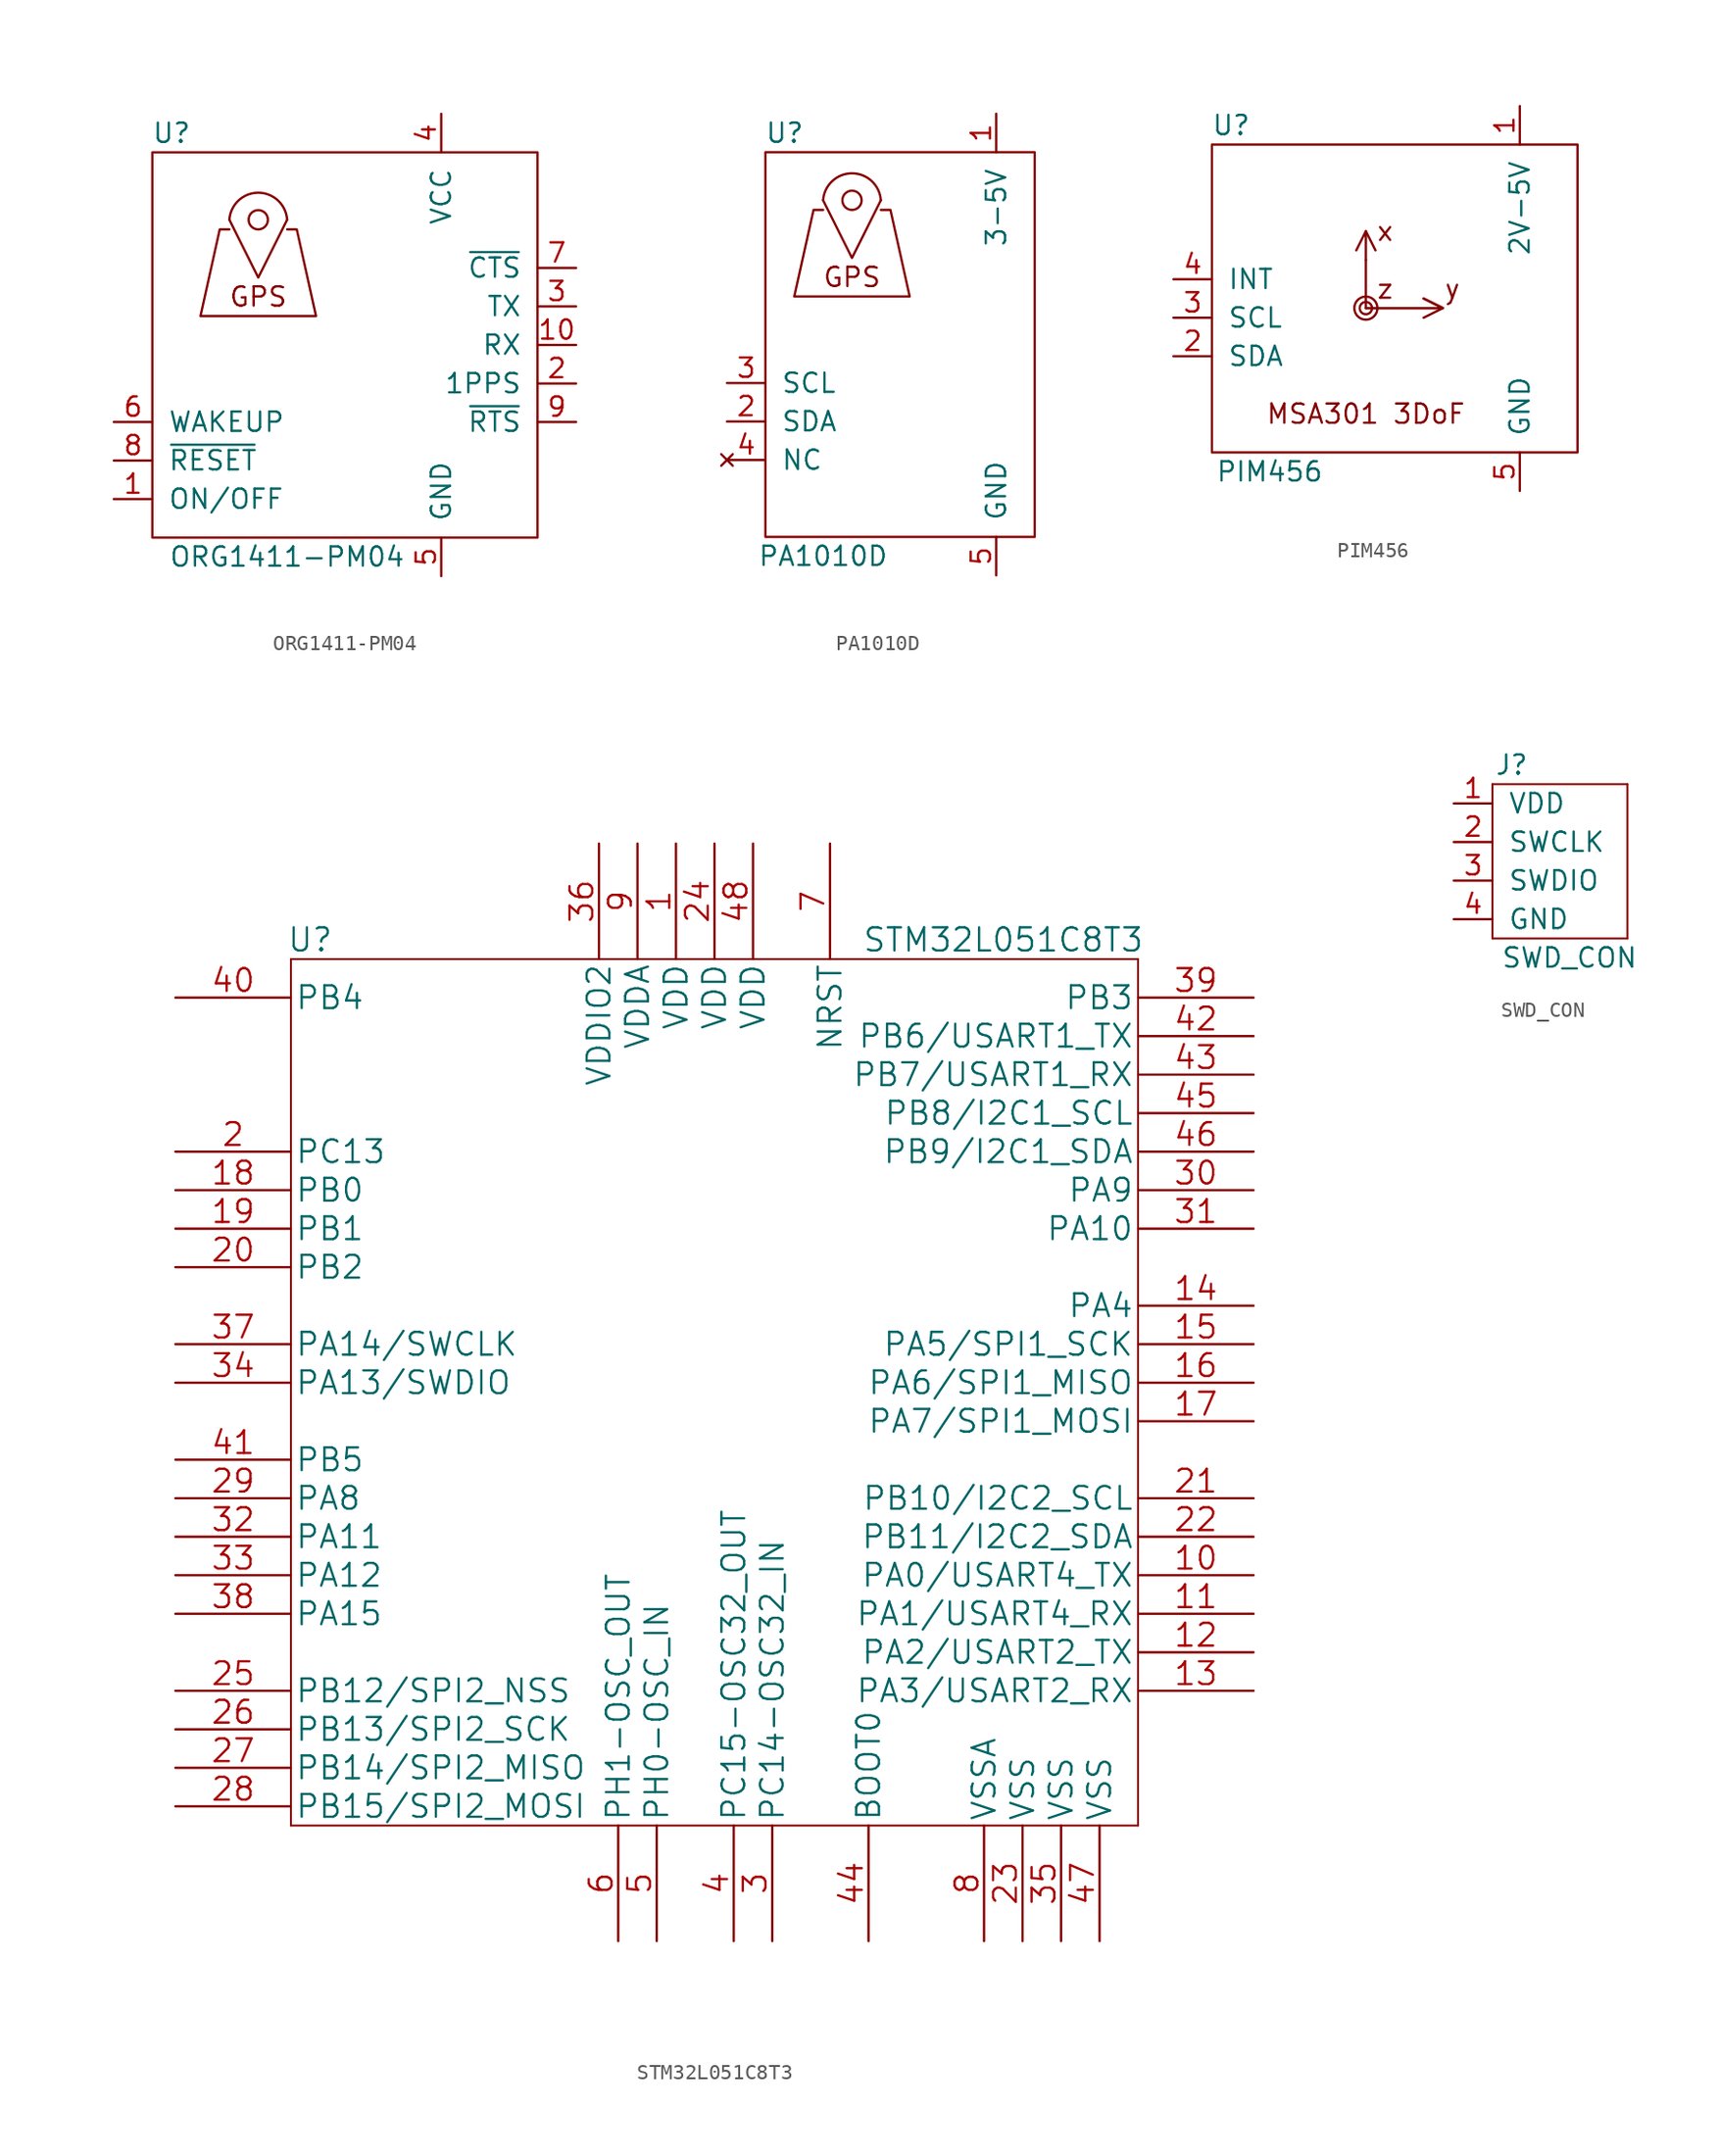
<source format=kicad_sym>
(kicad_symbol_lib
  (version 20211014)
  (generator kicad_symbol_editor)
  (symbol "ORG1411-PM04"
    (pin_names
      (offset 1.016))
    (property "Reference" "U"
      (at 3.81 24.13 0)
      (effects (font (size 1.27 1.27))))
    (property "Value" "ORG1411-PM04"
      (at 11.43 -3.81 0)
      (effects (font (size 1.27 1.27))))
    (symbol "ORG1411-PM04_0_0"
      (text "GPS" (at 9.525 13.335 0) (effects (font (size 1.27 1.27)))))
    (symbol "ORG1411-PM04_0_1"
      (polyline (pts (xy 7.62 18.415) (xy 9.525 14.605) (xy 11.43 18.415)) (stroke (width 0) (type default) (color 0 0 0 0)) (fill (type none)))
      (polyline (pts (xy 7.62 17.78) (xy 6.985 17.78) (xy 5.715 12.065) (xy 13.335 12.065) (xy 12.065 17.78) (xy 11.43 17.78)) (stroke (width 0) (type default) (color 0 0 0 0)) (fill (type none)))
      (rectangle (start 2.54 22.86) (end 27.94 -2.54) (stroke (width 0) (type default) (color 0 0 0 0)) (fill (type none)))
      (circle (center 9.525 18.415) (radius 0.635) (stroke (width 0) (type default) (color 0 0 0 0)) (fill (type none)))
      (arc (start 11.43 18.415) (mid 9.525 20.1972) (end 7.62 18.415) (stroke (width 0) (type default) (color 0 0 0 0)) (fill (type none))))
    (symbol "ORG1411-PM04_1_1"
      (pin input line (at 0 0 0) (length 2.54) (name "ON/OFF" (effects (font (size 1.27 1.27)))) (number "1" (effects (font (size 1.27 1.27)))))
      (pin bidirectional line (at 30.48 10.16 180) (length 2.54) (name "RX" (effects (font (size 1.27 1.27)))) (number "10" (effects (font (size 1.27 1.27)))))
      (pin output line (at 30.48 7.62 180) (length 2.54) (name "1PPS" (effects (font (size 1.27 1.27)))) (number "2" (effects (font (size 1.27 1.27)))))
      (pin bidirectional line (at 30.48 12.7 180) (length 2.54) (name "TX" (effects (font (size 1.27 1.27)))) (number "3" (effects (font (size 1.27 1.27)))))
      (pin power_in line (at 21.59 25.4 270) (length 2.54) (name "VCC" (effects (font (size 1.27 1.27)))) (number "4" (effects (font (size 1.27 1.27)))))
      (pin power_in line (at 21.59 -5.08 90) (length 2.54) (name "GND" (effects (font (size 1.27 1.27)))) (number "5" (effects (font (size 1.27 1.27)))))
      (pin input line (at 0 5.08 0) (length 2.54) (name "WAKEUP" (effects (font (size 1.27 1.27)))) (number "6" (effects (font (size 1.27 1.27)))))
      (pin bidirectional line (at 30.48 15.24 180) (length 2.54) (name "~{CTS}" (effects (font (size 1.27 1.27)))) (number "7" (effects (font (size 1.27 1.27)))))
      (pin input line (at 0 2.54 0) (length 2.54) (name "~{RESET}" (effects (font (size 1.27 1.27)))) (number "8" (effects (font (size 1.27 1.27)))))
      (pin bidirectional line (at 30.48 5.08 180) (length 2.54) (name "~{RTS}" (effects (font (size 1.27 1.27)))) (number "9" (effects (font (size 1.27 1.27)))))))
  (symbol "PA1010D"
    (pin_names
      (offset 1.016))
    (property "Reference" "U"
      (at 3.81 19.05 0)
      (effects (font (size 1.27 1.27))))
    (property "Value" "PA1010D"
      (at 6.35 -8.89 0)
      (effects (font (size 1.27 1.27))))
    (symbol "PA1010D_0_0"
      (rectangle (start 2.54 -7.62) (end 20.32 17.78) (stroke (width 0) (type default) (color 0 0 0 0)) (fill (type none))))
    (symbol "PA1010D_1_1"
      (polyline (pts (xy 6.35 14.605) (xy 8.255 10.795) (xy 10.16 14.605)) (stroke (width 0) (type default) (color 0 0 0 0)) (fill (type none)))
      (polyline (pts (xy 6.35 13.97) (xy 5.715 13.97) (xy 4.445 8.255) (xy 12.065 8.255) (xy 10.795 13.97) (xy 10.16 13.97)) (stroke (width 0) (type default) (color 0 0 0 0)) (fill (type none)))
      (circle (center 8.255 14.605) (radius 0.635) (stroke (width 0) (type default) (color 0 0 0 0)) (fill (type none)))
      (arc (start 10.16 14.605) (mid 8.255 16.3872) (end 6.35 14.605) (stroke (width 0) (type default) (color 0 0 0 0)) (fill (type none)))
      (text "GPS" (at 8.255 9.525 0) (effects (font (size 1.27 1.27))))
      (pin power_in line (at 17.78 20.32 270) (length 2.54) (name "3-5V" (effects (font (size 1.27 1.27)))) (number "1" (effects (font (size 1.27 1.27)))))
      (pin bidirectional line (at 0 0 0) (length 2.54) (name "SDA" (effects (font (size 1.27 1.27)))) (number "2" (effects (font (size 1.27 1.27)))))
      (pin input line (at 0 2.54 0) (length 2.54) (name "SCL" (effects (font (size 1.27 1.27)))) (number "3" (effects (font (size 1.27 1.27)))))
      (pin no_connect line (at 0 -2.54 0) (length 2.54) (name "NC" (effects (font (size 1.27 1.27)))) (number "4" (effects (font (size 1.27 1.27)))))
      (pin power_in line (at 17.78 -10.16 90) (length 2.54) (name "GND" (effects (font (size 1.27 1.27)))) (number "5" (effects (font (size 1.27 1.27)))))))
  (symbol "PIM456"
    (pin_names
      (offset 1.016))
    (property "Reference" "U"
      (at 3.81 15.24 0)
      (effects (font (size 1.27 1.27))))
    (property "Value" "PIM456"
      (at 6.35 -7.62 0)
      (effects (font (size 1.27 1.27))))
    (symbol "PIM456_0_0"
      (polyline (pts (xy 12.7 8.255) (xy 13.335 6.985)) (stroke (width 0) (type default) (color 0 0 0 0)) (fill (type none)))
      (polyline (pts (xy 17.78 3.175) (xy 16.51 2.54)) (stroke (width 0) (type default) (color 0 0 0 0)) (fill (type none)))
      (polyline (pts (xy 12.7 3.175) (xy 12.7 8.255) (xy 12.065 6.985)) (stroke (width 0) (type default) (color 0 0 0 0)) (fill (type none)))
      (polyline (pts (xy 12.7 3.175) (xy 17.78 3.175) (xy 16.51 3.81)) (stroke (width 0) (type default) (color 0 0 0 0)) (fill (type none)))
      (polyline (pts (xy 12.7 3.175) (xy 17.78 3.175) (xy 16.51 3.81)) (stroke (width 0) (type default) (color 0 0 0 0)) (fill (type none)))
      (circle (center 12.7 3.175) (radius 0.406) (stroke (width 0) (type default) (color 0 0 0 0)) (fill (type none)))
      (circle (center 12.7 3.175) (radius 0.762) (stroke (width 0) (type default) (color 0 0 0 0)) (fill (type none)))
      (text "MSA301 3DoF" (at 12.7 -3.81 0) (effects (font (size 1.27 1.27))))
      (text "x" (at 13.97 8.255 0) (effects (font (size 1.27 1.27))))
      (text "y" (at 18.415 4.445 0) (effects (font (size 1.27 1.27))))
      (text "z" (at 13.97 4.445 0) (effects (font (size 1.27 1.27)))))
    (symbol "PIM456_0_1"
      (rectangle (start 12.7 6.35) (end 12.7 6.35) (stroke (width 0) (type default) (color 0 0 0 0)) (fill (type none)))
      (rectangle (start 26.67 13.97) (end 2.54 -6.35) (stroke (width 0) (type default) (color 0 0 0 0)) (fill (type none))))
    (symbol "PIM456_1_1"
      (pin power_in line (at 22.86 16.51 270) (length 2.54) (name "2V-5V" (effects (font (size 1.27 1.27)))) (number "1" (effects (font (size 1.27 1.27)))))
      (pin bidirectional line (at 0 0 0) (length 2.54) (name "SDA" (effects (font (size 1.27 1.27)))) (number "2" (effects (font (size 1.27 1.27)))))
      (pin input line (at 0 2.54 0) (length 2.54) (name "SCL" (effects (font (size 1.27 1.27)))) (number "3" (effects (font (size 1.27 1.27)))))
      (pin output line (at 0 5.08 0) (length 2.54) (name "INT" (effects (font (size 1.27 1.27)))) (number "4" (effects (font (size 1.27 1.27)))))
      (pin power_in line (at 22.86 -8.89 90) (length 2.54) (name "GND" (effects (font (size 1.27 1.27)))) (number "5" (effects (font (size 1.27 1.27)))))))
  (symbol "STM32L051C8T3"
    (pin_names
      (offset 0.254))
    (property "Reference" "U"
      (at 8.89 3.81 0)
      (effects (font (size 1.524 1.524))))
    (property "Value" "STM32L051C8T3"
      (at 54.61 3.81 0)
      (effects (font (size 1.524 1.524))))
    (symbol "STM32L051C8T3_1_1"
      (polyline (pts (xy 7.62 -54.61) (xy 63.5 -54.61)) (stroke (width 0.127) (type default) (color 0 0 0 0)) (fill (type none)))
      (polyline (pts (xy 7.62 2.54) (xy 7.62 -54.61)) (stroke (width 0.127) (type default) (color 0 0 0 0)) (fill (type none)))
      (polyline (pts (xy 63.5 -54.61) (xy 63.5 2.54)) (stroke (width 0.127) (type default) (color 0 0 0 0)) (fill (type none)))
      (polyline (pts (xy 63.5 2.54) (xy 7.62 2.54)) (stroke (width 0.127) (type default) (color 0 0 0 0)) (fill (type none)))
      (pin power_in line (at 33.02 10.16 270) (length 7.62) (name "VDD" (effects (font (size 1.499 1.499)))) (number "1" (effects (font (size 1.499 1.499)))))
      (pin bidirectional line (at 71.12 -38.1 180) (length 7.62) (name "PA0/USART4_TX" (effects (font (size 1.499 1.499)))) (number "10" (effects (font (size 1.499 1.499)))))
      (pin bidirectional line (at 71.12 -40.64 180) (length 7.62) (name "PA1/USART4_RX" (effects (font (size 1.499 1.499)))) (number "11" (effects (font (size 1.499 1.499)))))
      (pin bidirectional line (at 71.12 -43.18 180) (length 7.62) (name "PA2/USART2_TX" (effects (font (size 1.499 1.499)))) (number "12" (effects (font (size 1.499 1.499)))))
      (pin bidirectional line (at 71.12 -45.72 180) (length 7.62) (name "PA3/USART2_RX" (effects (font (size 1.499 1.499)))) (number "13" (effects (font (size 1.499 1.499)))))
      (pin bidirectional line (at 71.12 -20.32 180) (length 7.62) (name "PA4" (effects (font (size 1.499 1.499)))) (number "14" (effects (font (size 1.499 1.499)))))
      (pin bidirectional line (at 71.12 -22.86 180) (length 7.62) (name "PA5/SPI1_SCK" (effects (font (size 1.499 1.499)))) (number "15" (effects (font (size 1.499 1.499)))))
      (pin bidirectional line (at 71.12 -25.4 180) (length 7.62) (name "PA6/SPI1_MISO" (effects (font (size 1.499 1.499)))) (number "16" (effects (font (size 1.499 1.499)))))
      (pin bidirectional line (at 71.12 -27.94 180) (length 7.62) (name "PA7/SPI1_MOSI" (effects (font (size 1.499 1.499)))) (number "17" (effects (font (size 1.499 1.499)))))
      (pin bidirectional line (at 0 -12.7 0) (length 7.62) (name "PB0" (effects (font (size 1.499 1.499)))) (number "18" (effects (font (size 1.499 1.499)))))
      (pin bidirectional line (at 0 -15.24 0) (length 7.62) (name "PB1" (effects (font (size 1.499 1.499)))) (number "19" (effects (font (size 1.499 1.499)))))
      (pin bidirectional line (at 0 -10.16 0) (length 7.62) (name "PC13" (effects (font (size 1.499 1.499)))) (number "2" (effects (font (size 1.499 1.499)))))
      (pin bidirectional line (at 0 -17.78 0) (length 7.62) (name "PB2" (effects (font (size 1.499 1.499)))) (number "20" (effects (font (size 1.499 1.499)))))
      (pin bidirectional line (at 71.12 -33.02 180) (length 7.62) (name "PB10/I2C2_SCL" (effects (font (size 1.499 1.499)))) (number "21" (effects (font (size 1.499 1.499)))))
      (pin bidirectional line (at 71.12 -35.56 180) (length 7.62) (name "PB11/I2C2_SDA" (effects (font (size 1.499 1.499)))) (number "22" (effects (font (size 1.499 1.499)))))
      (pin power_in line (at 55.88 -62.23 90) (length 7.62) (name "VSS" (effects (font (size 1.499 1.499)))) (number "23" (effects (font (size 1.499 1.499)))))
      (pin power_in line (at 35.56 10.16 270) (length 7.62) (name "VDD" (effects (font (size 1.499 1.499)))) (number "24" (effects (font (size 1.499 1.499)))))
      (pin bidirectional line (at 0 -45.72 0) (length 7.62) (name "PB12/SPI2_NSS" (effects (font (size 1.499 1.499)))) (number "25" (effects (font (size 1.499 1.499)))))
      (pin bidirectional line (at 0 -48.26 0) (length 7.62) (name "PB13/SPI2_SCK" (effects (font (size 1.499 1.499)))) (number "26" (effects (font (size 1.499 1.499)))))
      (pin bidirectional line (at 0 -50.8 0) (length 7.62) (name "PB14/SPI2_MISO" (effects (font (size 1.499 1.499)))) (number "27" (effects (font (size 1.499 1.499)))))
      (pin bidirectional line (at 0 -53.34 0) (length 7.62) (name "PB15/SPI2_MOSI" (effects (font (size 1.499 1.499)))) (number "28" (effects (font (size 1.499 1.499)))))
      (pin bidirectional line (at 0 -33.02 0) (length 7.62) (name "PA8" (effects (font (size 1.499 1.499)))) (number "29" (effects (font (size 1.499 1.499)))))
      (pin bidirectional line (at 39.37 -62.23 90) (length 7.62) (name "PC14-OSC32_IN" (effects (font (size 1.499 1.499)))) (number "3" (effects (font (size 1.499 1.499)))))
      (pin bidirectional line (at 71.12 -12.7 180) (length 7.62) (name "PA9" (effects (font (size 1.499 1.499)))) (number "30" (effects (font (size 1.499 1.499)))))
      (pin bidirectional line (at 71.12 -15.24 180) (length 7.62) (name "PA10" (effects (font (size 1.499 1.499)))) (number "31" (effects (font (size 1.499 1.499)))))
      (pin bidirectional line (at 0 -35.56 0) (length 7.62) (name "PA11" (effects (font (size 1.499 1.499)))) (number "32" (effects (font (size 1.499 1.499)))))
      (pin bidirectional line (at 0 -38.1 0) (length 7.62) (name "PA12" (effects (font (size 1.499 1.499)))) (number "33" (effects (font (size 1.499 1.499)))))
      (pin bidirectional line (at 0 -25.4 0) (length 7.62) (name "PA13/SWDIO" (effects (font (size 1.499 1.499)))) (number "34" (effects (font (size 1.499 1.499)))))
      (pin power_in line (at 58.42 -62.23 90) (length 7.62) (name "VSS" (effects (font (size 1.499 1.499)))) (number "35" (effects (font (size 1.499 1.499)))))
      (pin power_in line (at 27.94 10.16 270) (length 7.62) (name "VDDIO2" (effects (font (size 1.499 1.499)))) (number "36" (effects (font (size 1.499 1.499)))))
      (pin bidirectional line (at 0 -22.86 0) (length 7.62) (name "PA14/SWCLK" (effects (font (size 1.499 1.499)))) (number "37" (effects (font (size 1.499 1.499)))))
      (pin bidirectional line (at 0 -40.64 0) (length 7.62) (name "PA15" (effects (font (size 1.499 1.499)))) (number "38" (effects (font (size 1.499 1.499)))))
      (pin bidirectional line (at 71.12 0 180) (length 7.62) (name "PB3" (effects (font (size 1.499 1.499)))) (number "39" (effects (font (size 1.499 1.499)))))
      (pin bidirectional line (at 36.83 -62.23 90) (length 7.62) (name "PC15-OSC32_OUT" (effects (font (size 1.499 1.499)))) (number "4" (effects (font (size 1.499 1.499)))))
      (pin bidirectional line (at 0 0 0) (length 7.62) (name "PB4" (effects (font (size 1.499 1.499)))) (number "40" (effects (font (size 1.499 1.499)))))
      (pin bidirectional line (at 0 -30.48 0) (length 7.62) (name "PB5" (effects (font (size 1.499 1.499)))) (number "41" (effects (font (size 1.499 1.499)))))
      (pin bidirectional line (at 71.12 -2.54 180) (length 7.62) (name "PB6/USART1_TX" (effects (font (size 1.499 1.499)))) (number "42" (effects (font (size 1.499 1.499)))))
      (pin bidirectional line (at 71.12 -5.08 180) (length 7.62) (name "PB7/USART1_RX" (effects (font (size 1.499 1.499)))) (number "43" (effects (font (size 1.499 1.499)))))
      (pin input line (at 45.72 -62.23 90) (length 7.62) (name "BOOT0" (effects (font (size 1.499 1.499)))) (number "44" (effects (font (size 1.499 1.499)))))
      (pin bidirectional line (at 71.12 -7.62 180) (length 7.62) (name "PB8/I2C1_SCL" (effects (font (size 1.499 1.499)))) (number "45" (effects (font (size 1.499 1.499)))))
      (pin bidirectional line (at 71.12 -10.16 180) (length 7.62) (name "PB9/I2C1_SDA" (effects (font (size 1.499 1.499)))) (number "46" (effects (font (size 1.499 1.499)))))
      (pin power_in line (at 60.96 -62.23 90) (length 7.62) (name "VSS" (effects (font (size 1.499 1.499)))) (number "47" (effects (font (size 1.499 1.499)))))
      (pin power_in line (at 38.1 10.16 270) (length 7.62) (name "VDD" (effects (font (size 1.499 1.499)))) (number "48" (effects (font (size 1.499 1.499)))))
      (pin bidirectional line (at 31.75 -62.23 90) (length 7.62) (name "PH0-OSC_IN" (effects (font (size 1.499 1.499)))) (number "5" (effects (font (size 1.499 1.499)))))
      (pin bidirectional line (at 29.21 -62.23 90) (length 7.62) (name "PH1-OSC_OUT" (effects (font (size 1.499 1.499)))) (number "6" (effects (font (size 1.499 1.499)))))
      (pin bidirectional line (at 43.18 10.16 270) (length 7.62) (name "NRST" (effects (font (size 1.499 1.499)))) (number "7" (effects (font (size 1.499 1.499)))))
      (pin power_in line (at 53.34 -62.23 90) (length 7.62) (name "VSSA" (effects (font (size 1.499 1.499)))) (number "8" (effects (font (size 1.499 1.499)))))
      (pin power_in line (at 30.48 10.16 270) (length 7.62) (name "VDDA" (effects (font (size 1.499 1.499)))) (number "9" (effects (font (size 1.499 1.499)))))))
  (symbol "SWD_CON"
    (pin_names
      (offset 1.016))
    (property "Reference" "J"
      (at 3.81 10.16 0)
      (effects (font (size 1.27 1.27))))
    (property "Value" "SWD_CON"
      (at 7.62 -2.54 0)
      (effects (font (size 1.27 1.27))))
    (symbol "SWD_CON_0_1"
      (rectangle (start 2.54 -1.27) (end 11.43 -1.27) (stroke (width 0.127) (type default) (color 0 0 0 0)) (fill (type none)))
      (rectangle (start 2.54 8.89) (end 2.54 -1.27) (stroke (width 0.127) (type default) (color 0 0 0 0)) (fill (type none)))
      (rectangle (start 11.43 -1.27) (end 11.43 8.89) (stroke (width 0.127) (type default) (color 0 0 0 0)) (fill (type none)))
      (rectangle (start 11.43 8.89) (end 2.54 8.89) (stroke (width 0.127) (type default) (color 0 0 0 0)) (fill (type none))))
    (symbol "SWD_CON_1_1"
      (pin power_in line (at 0 7.62 0) (length 2.54) (name "VDD" (effects (font (size 1.27 1.27)))) (number "1" (effects (font (size 1.27 1.27)))))
      (pin input line (at 0 5.08 0) (length 2.54) (name "SWCLK" (effects (font (size 1.27 1.27)))) (number "2" (effects (font (size 1.27 1.27)))))
      (pin bidirectional line (at 0 2.54 0) (length 2.54) (name "SWDIO" (effects (font (size 1.27 1.27)))) (number "3" (effects (font (size 1.27 1.27)))))
      (pin power_in line (at 0 0 0) (length 2.54) (name "GND" (effects (font (size 1.27 1.27)))) (number "4" (effects (font (size 1.27 1.27))))))))
</source>
